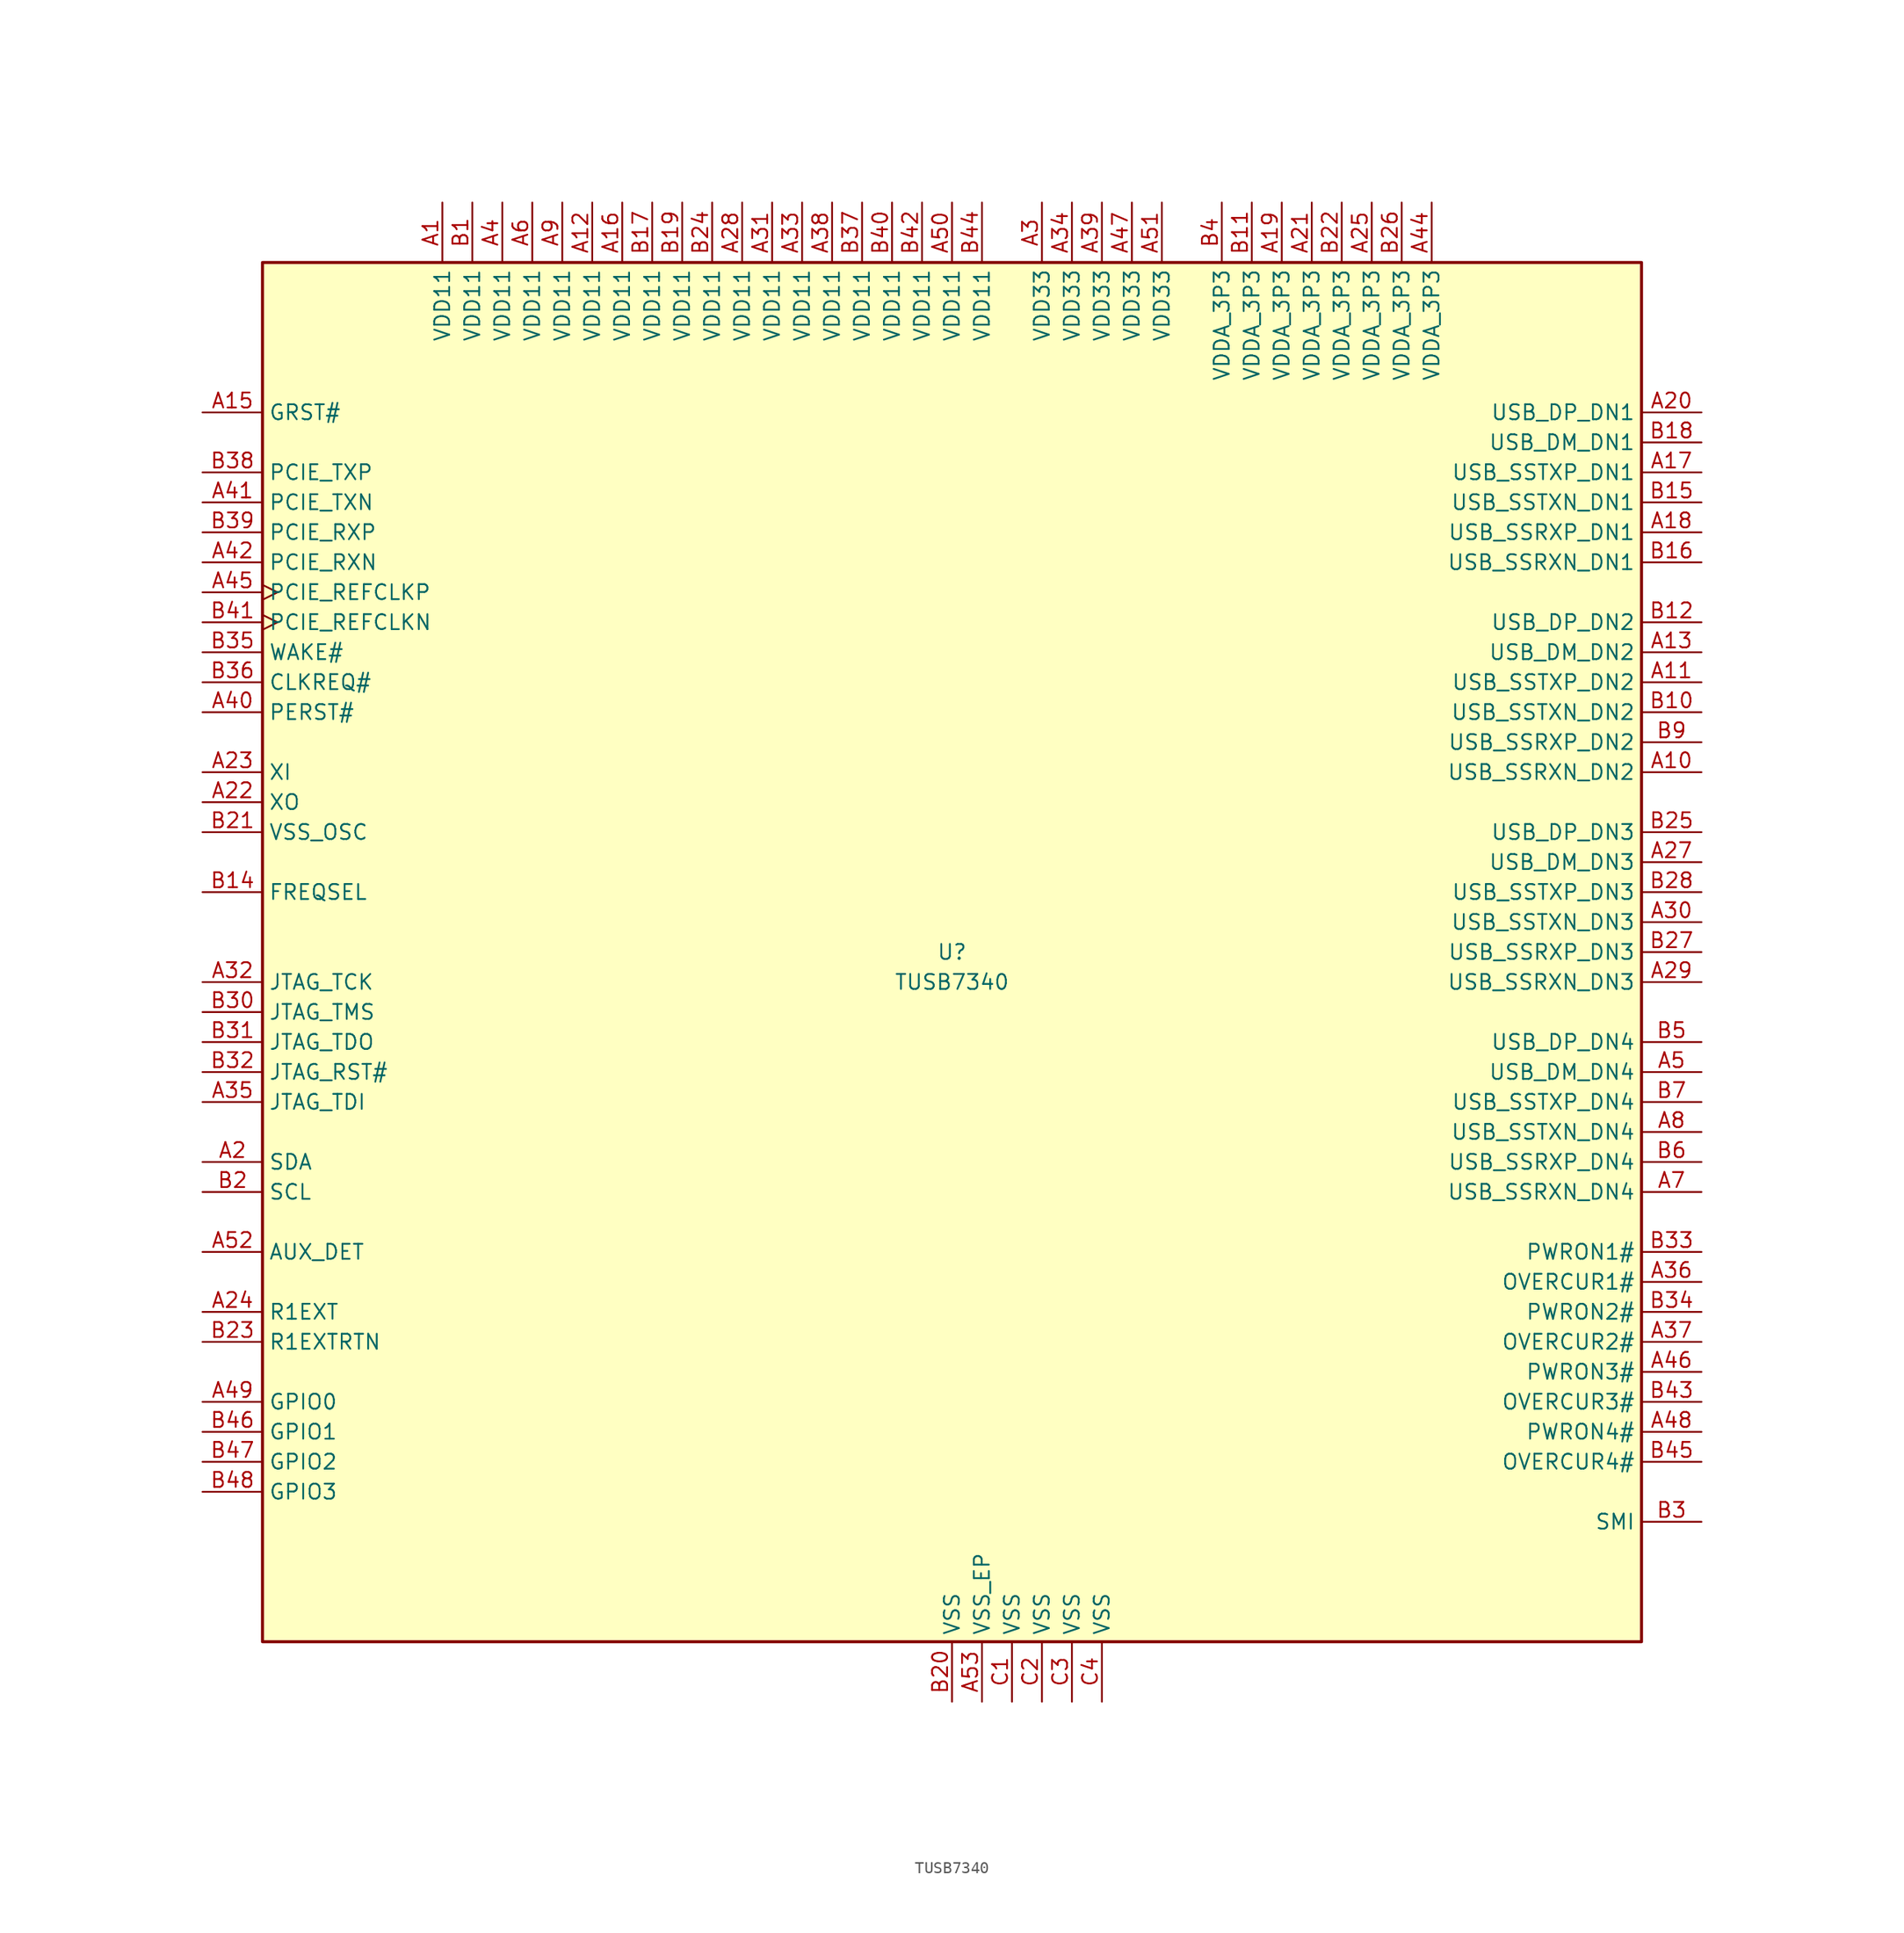
<source format=kicad_sym>
(kicad_symbol_lib
  (version 20220914)
  (generator kicad_symbol_editor)
  (symbol "TUSB7340"
    (property "Reference" "U"
      (at 0 0 0)
      (effects (font (size 1.27 1.27))))
    (property "Value" "TUSB7340"
      (at 0 -2.54 0)
      (effects (font (size 1.27 1.27))))
    (symbol "TUSB7340_0_1"
      (rectangle (start 58.42 58.42) (end -58.42 -58.42) (stroke (width 0.254) (type default)) (fill (type background))))
    (symbol "TUSB7340_1_1"
      (pin power_in line (at -43.18 63.5 270) (length 5.08) (name "VDD11" (effects (font (size 1.27 1.27)))) (number "A1" (effects (font (size 1.27 1.27)))))
      (pin input line (at 63.5 15.24 180) (length 5.08) (name "USB_SSRXN_DN2" (effects (font (size 1.27 1.27)))) (number "A10" (effects (font (size 1.27 1.27)))))
      (pin output line (at 63.5 22.86 180) (length 5.08) (name "USB_SSTXP_DN2" (effects (font (size 1.27 1.27)))) (number "A11" (effects (font (size 1.27 1.27)))))
      (pin power_in line (at -30.48 63.5 270) (length 5.08) (name "VDD11" (effects (font (size 1.27 1.27)))) (number "A12" (effects (font (size 1.27 1.27)))))
      (pin bidirectional line (at 63.5 25.4 180) (length 5.08) (name "USB_DM_DN2" (effects (font (size 1.27 1.27)))) (number "A13" (effects (font (size 1.27 1.27)))))
      (pin no_connect line (at -17.78 -58.42 90) (length 5.08) hide (name "NC" (effects (font (size 1.27 1.27)))) (number "A14" (effects (font (size 1.27 1.27)))))
      (pin input line (at -63.5 45.72 0) (length 5.08) (name "GRST#" (effects (font (size 1.27 1.27)))) (number "A15" (effects (font (size 1.27 1.27)))))
      (pin power_in line (at -27.94 63.5 270) (length 5.08) (name "VDD11" (effects (font (size 1.27 1.27)))) (number "A16" (effects (font (size 1.27 1.27)))))
      (pin output line (at 63.5 40.64 180) (length 5.08) (name "USB_SSTXP_DN1" (effects (font (size 1.27 1.27)))) (number "A17" (effects (font (size 1.27 1.27)))))
      (pin input line (at 63.5 35.56 180) (length 5.08) (name "USB_SSRXP_DN1" (effects (font (size 1.27 1.27)))) (number "A18" (effects (font (size 1.27 1.27)))))
      (pin power_in line (at 27.94 63.5 270) (length 5.08) (name "VDDA_3P3" (effects (font (size 1.27 1.27)))) (number "A19" (effects (font (size 1.27 1.27)))))
      (pin bidirectional line (at -63.5 -17.78 0) (length 5.08) (name "SDA" (effects (font (size 1.27 1.27)))) (number "A2" (effects (font (size 1.27 1.27)))))
      (pin bidirectional line (at 63.5 45.72 180) (length 5.08) (name "USB_DP_DN1" (effects (font (size 1.27 1.27)))) (number "A20" (effects (font (size 1.27 1.27)))))
      (pin power_in line (at 30.48 63.5 270) (length 5.08) (name "VDDA_3P3" (effects (font (size 1.27 1.27)))) (number "A21" (effects (font (size 1.27 1.27)))))
      (pin output line (at -63.5 12.7 0) (length 5.08) (name "XO" (effects (font (size 1.27 1.27)))) (number "A22" (effects (font (size 1.27 1.27)))))
      (pin input line (at -63.5 15.24 0) (length 5.08) (name "XI" (effects (font (size 1.27 1.27)))) (number "A23" (effects (font (size 1.27 1.27)))))
      (pin bidirectional line (at -63.5 -30.48 0) (length 5.08) (name "R1EXT" (effects (font (size 1.27 1.27)))) (number "A24" (effects (font (size 1.27 1.27)))))
      (pin power_in line (at 35.56 63.5 270) (length 5.08) (name "VDDA_3P3" (effects (font (size 1.27 1.27)))) (number "A25" (effects (font (size 1.27 1.27)))))
      (pin no_connect line (at -15.24 -58.42 90) (length 5.08) hide (name "NC" (effects (font (size 1.27 1.27)))) (number "A26" (effects (font (size 1.27 1.27)))))
      (pin bidirectional line (at 63.5 7.62 180) (length 5.08) (name "USB_DM_DN3" (effects (font (size 1.27 1.27)))) (number "A27" (effects (font (size 1.27 1.27)))))
      (pin power_in line (at -17.78 63.5 270) (length 5.08) (name "VDD11" (effects (font (size 1.27 1.27)))) (number "A28" (effects (font (size 1.27 1.27)))))
      (pin input line (at 63.5 -2.54 180) (length 5.08) (name "USB_SSRXN_DN3" (effects (font (size 1.27 1.27)))) (number "A29" (effects (font (size 1.27 1.27)))))
      (pin power_in line (at 7.62 63.5 270) (length 5.08) (name "VDD33" (effects (font (size 1.27 1.27)))) (number "A3" (effects (font (size 1.27 1.27)))))
      (pin output line (at 63.5 2.54 180) (length 5.08) (name "USB_SSTXN_DN3" (effects (font (size 1.27 1.27)))) (number "A30" (effects (font (size 1.27 1.27)))))
      (pin power_in line (at -15.24 63.5 270) (length 5.08) (name "VDD11" (effects (font (size 1.27 1.27)))) (number "A31" (effects (font (size 1.27 1.27)))))
      (pin input line (at -63.5 -2.54 0) (length 5.08) (name "JTAG_TCK" (effects (font (size 1.27 1.27)))) (number "A32" (effects (font (size 1.27 1.27)))))
      (pin power_in line (at -12.7 63.5 270) (length 5.08) (name "VDD11" (effects (font (size 1.27 1.27)))) (number "A33" (effects (font (size 1.27 1.27)))))
      (pin power_in line (at 10.16 63.5 270) (length 5.08) (name "VDD33" (effects (font (size 1.27 1.27)))) (number "A34" (effects (font (size 1.27 1.27)))))
      (pin input line (at -63.5 -12.7 0) (length 5.08) (name "JTAG_TDI" (effects (font (size 1.27 1.27)))) (number "A35" (effects (font (size 1.27 1.27)))))
      (pin input line (at 63.5 -27.94 180) (length 5.08) (name "OVERCUR1#" (effects (font (size 1.27 1.27)))) (number "A36" (effects (font (size 1.27 1.27)))))
      (pin input line (at 63.5 -33.02 180) (length 5.08) (name "OVERCUR2#" (effects (font (size 1.27 1.27)))) (number "A37" (effects (font (size 1.27 1.27)))))
      (pin power_in line (at -10.16 63.5 270) (length 5.08) (name "VDD11" (effects (font (size 1.27 1.27)))) (number "A38" (effects (font (size 1.27 1.27)))))
      (pin power_in line (at 12.7 63.5 270) (length 5.08) (name "VDD33" (effects (font (size 1.27 1.27)))) (number "A39" (effects (font (size 1.27 1.27)))))
      (pin power_in line (at -38.1 63.5 270) (length 5.08) (name "VDD11" (effects (font (size 1.27 1.27)))) (number "A4" (effects (font (size 1.27 1.27)))))
      (pin input line (at -63.5 20.32 0) (length 5.08) (name "PERST#" (effects (font (size 1.27 1.27)))) (number "A40" (effects (font (size 1.27 1.27)))))
      (pin output line (at -63.5 38.1 0) (length 5.08) (name "PCIE_TXN" (effects (font (size 1.27 1.27)))) (number "A41" (effects (font (size 1.27 1.27)))))
      (pin input line (at -63.5 33.02 0) (length 5.08) (name "PCIE_RXN" (effects (font (size 1.27 1.27)))) (number "A42" (effects (font (size 1.27 1.27)))))
      (pin no_connect line (at -10.16 -58.42 90) (length 5.08) hide (name "NC" (effects (font (size 1.27 1.27)))) (number "A43" (effects (font (size 1.27 1.27)))))
      (pin power_in line (at 40.64 63.5 270) (length 5.08) (name "VDDA_3P3" (effects (font (size 1.27 1.27)))) (number "A44" (effects (font (size 1.27 1.27)))))
      (pin input clock (at -63.5 30.48 0) (length 5.08) (name "PCIE_REFCLKP" (effects (font (size 1.27 1.27)))) (number "A45" (effects (font (size 1.27 1.27)))))
      (pin output line (at 63.5 -35.56 180) (length 5.08) (name "PWRON3#" (effects (font (size 1.27 1.27)))) (number "A46" (effects (font (size 1.27 1.27)))))
      (pin power_in line (at 15.24 63.5 270) (length 5.08) (name "VDD33" (effects (font (size 1.27 1.27)))) (number "A47" (effects (font (size 1.27 1.27)))))
      (pin output line (at 63.5 -40.64 180) (length 5.08) (name "PWRON4#" (effects (font (size 1.27 1.27)))) (number "A48" (effects (font (size 1.27 1.27)))))
      (pin bidirectional line (at -63.5 -38.1 0) (length 5.08) (name "GPIO0" (effects (font (size 1.27 1.27)))) (number "A49" (effects (font (size 1.27 1.27)))))
      (pin bidirectional line (at 63.5 -10.16 180) (length 5.08) (name "USB_DM_DN4" (effects (font (size 1.27 1.27)))) (number "A5" (effects (font (size 1.27 1.27)))))
      (pin power_in line (at 0 63.5 270) (length 5.08) (name "VDD11" (effects (font (size 1.27 1.27)))) (number "A50" (effects (font (size 1.27 1.27)))))
      (pin power_in line (at 17.78 63.5 270) (length 5.08) (name "VDD33" (effects (font (size 1.27 1.27)))) (number "A51" (effects (font (size 1.27 1.27)))))
      (pin input line (at -63.5 -25.4 0) (length 5.08) (name "AUX_DET" (effects (font (size 1.27 1.27)))) (number "A52" (effects (font (size 1.27 1.27)))))
      (pin power_in line (at 2.54 -63.5 90) (length 5.08) (name "VSS_EP" (effects (font (size 1.27 1.27)))) (number "A53" (effects (font (size 1.27 1.27)))))
      (pin power_in line (at -35.56 63.5 270) (length 5.08) (name "VDD11" (effects (font (size 1.27 1.27)))) (number "A6" (effects (font (size 1.27 1.27)))))
      (pin input line (at 63.5 -20.32 180) (length 5.08) (name "USB_SSRXN_DN4" (effects (font (size 1.27 1.27)))) (number "A7" (effects (font (size 1.27 1.27)))))
      (pin input line (at 63.5 -15.24 180) (length 5.08) (name "USB_SSTXN_DN4" (effects (font (size 1.27 1.27)))) (number "A8" (effects (font (size 1.27 1.27)))))
      (pin power_in line (at -33.02 63.5 270) (length 5.08) (name "VDD11" (effects (font (size 1.27 1.27)))) (number "A9" (effects (font (size 1.27 1.27)))))
      (pin power_in line (at -40.64 63.5 270) (length 5.08) (name "VDD11" (effects (font (size 1.27 1.27)))) (number "B1" (effects (font (size 1.27 1.27)))))
      (pin output line (at 63.5 20.32 180) (length 5.08) (name "USB_SSTXN_DN2" (effects (font (size 1.27 1.27)))) (number "B10" (effects (font (size 1.27 1.27)))))
      (pin power_in line (at 25.4 63.5 270) (length 5.08) (name "VDDA_3P3" (effects (font (size 1.27 1.27)))) (number "B11" (effects (font (size 1.27 1.27)))))
      (pin bidirectional line (at 63.5 27.94 180) (length 5.08) (name "USB_DP_DN2" (effects (font (size 1.27 1.27)))) (number "B12" (effects (font (size 1.27 1.27)))))
      (pin no_connect line (at -20.32 -58.42 90) (length 5.08) hide (name "NC" (effects (font (size 1.27 1.27)))) (number "B13" (effects (font (size 1.27 1.27)))))
      (pin input line (at -63.5 5.08 0) (length 5.08) (name "FREQSEL" (effects (font (size 1.27 1.27)))) (number "B14" (effects (font (size 1.27 1.27)))))
      (pin output line (at 63.5 38.1 180) (length 5.08) (name "USB_SSTXN_DN1" (effects (font (size 1.27 1.27)))) (number "B15" (effects (font (size 1.27 1.27)))))
      (pin input line (at 63.5 33.02 180) (length 5.08) (name "USB_SSRXN_DN1" (effects (font (size 1.27 1.27)))) (number "B16" (effects (font (size 1.27 1.27)))))
      (pin power_in line (at -25.4 63.5 270) (length 5.08) (name "VDD11" (effects (font (size 1.27 1.27)))) (number "B17" (effects (font (size 1.27 1.27)))))
      (pin bidirectional line (at 63.5 43.18 180) (length 5.08) (name "USB_DM_DN1" (effects (font (size 1.27 1.27)))) (number "B18" (effects (font (size 1.27 1.27)))))
      (pin power_in line (at -22.86 63.5 270) (length 5.08) (name "VDD11" (effects (font (size 1.27 1.27)))) (number "B19" (effects (font (size 1.27 1.27)))))
      (pin bidirectional line (at -63.5 -20.32 0) (length 5.08) (name "SCL" (effects (font (size 1.27 1.27)))) (number "B2" (effects (font (size 1.27 1.27)))))
      (pin power_in line (at 0 -63.5 90) (length 5.08) (name "VSS" (effects (font (size 1.27 1.27)))) (number "B20" (effects (font (size 1.27 1.27)))))
      (pin input line (at -63.5 10.16 0) (length 5.08) (name "VSS_OSC" (effects (font (size 1.27 1.27)))) (number "B21" (effects (font (size 1.27 1.27)))))
      (pin power_in line (at 33.02 63.5 270) (length 5.08) (name "VDDA_3P3" (effects (font (size 1.27 1.27)))) (number "B22" (effects (font (size 1.27 1.27)))))
      (pin bidirectional line (at -63.5 -33.02 0) (length 5.08) (name "R1EXTRTN" (effects (font (size 1.27 1.27)))) (number "B23" (effects (font (size 1.27 1.27)))))
      (pin power_in line (at -20.32 63.5 270) (length 5.08) (name "VDD11" (effects (font (size 1.27 1.27)))) (number "B24" (effects (font (size 1.27 1.27)))))
      (pin bidirectional line (at 63.5 10.16 180) (length 5.08) (name "USB_DP_DN3" (effects (font (size 1.27 1.27)))) (number "B25" (effects (font (size 1.27 1.27)))))
      (pin power_in line (at 38.1 63.5 270) (length 5.08) (name "VDDA_3P3" (effects (font (size 1.27 1.27)))) (number "B26" (effects (font (size 1.27 1.27)))))
      (pin input line (at 63.5 0 180) (length 5.08) (name "USB_SSRXP_DN3" (effects (font (size 1.27 1.27)))) (number "B27" (effects (font (size 1.27 1.27)))))
      (pin output line (at 63.5 5.08 180) (length 5.08) (name "USB_SSTXP_DN3" (effects (font (size 1.27 1.27)))) (number "B28" (effects (font (size 1.27 1.27)))))
      (pin no_connect line (at -12.7 -58.42 90) (length 5.08) hide (name "NC" (effects (font (size 1.27 1.27)))) (number "B29" (effects (font (size 1.27 1.27)))))
      (pin output line (at 63.5 -48.26 180) (length 5.08) (name "SMI" (effects (font (size 1.27 1.27)))) (number "B3" (effects (font (size 1.27 1.27)))))
      (pin input line (at -63.5 -5.08 0) (length 5.08) (name "JTAG_TMS" (effects (font (size 1.27 1.27)))) (number "B30" (effects (font (size 1.27 1.27)))))
      (pin output line (at -63.5 -7.62 0) (length 5.08) (name "JTAG_TDO" (effects (font (size 1.27 1.27)))) (number "B31" (effects (font (size 1.27 1.27)))))
      (pin input line (at -63.5 -10.16 0) (length 5.08) (name "JTAG_RST#" (effects (font (size 1.27 1.27)))) (number "B32" (effects (font (size 1.27 1.27)))))
      (pin output line (at 63.5 -25.4 180) (length 5.08) (name "PWRON1#" (effects (font (size 1.27 1.27)))) (number "B33" (effects (font (size 1.27 1.27)))))
      (pin output line (at 63.5 -30.48 180) (length 5.08) (name "PWRON2#" (effects (font (size 1.27 1.27)))) (number "B34" (effects (font (size 1.27 1.27)))))
      (pin output line (at -63.5 25.4 0) (length 5.08) (name "WAKE#" (effects (font (size 1.27 1.27)))) (number "B35" (effects (font (size 1.27 1.27)))))
      (pin input line (at -63.5 22.86 0) (length 5.08) (name "CLKREQ#" (effects (font (size 1.27 1.27)))) (number "B36" (effects (font (size 1.27 1.27)))))
      (pin power_in line (at -7.62 63.5 270) (length 5.08) (name "VDD11" (effects (font (size 1.27 1.27)))) (number "B37" (effects (font (size 1.27 1.27)))))
      (pin output line (at -63.5 40.64 0) (length 5.08) (name "PCIE_TXP" (effects (font (size 1.27 1.27)))) (number "B38" (effects (font (size 1.27 1.27)))))
      (pin input line (at -63.5 35.56 0) (length 5.08) (name "PCIE_RXP" (effects (font (size 1.27 1.27)))) (number "B39" (effects (font (size 1.27 1.27)))))
      (pin power_in line (at 22.86 63.5 270) (length 5.08) (name "VDDA_3P3" (effects (font (size 1.27 1.27)))) (number "B4" (effects (font (size 1.27 1.27)))))
      (pin power_in line (at -5.08 63.5 270) (length 5.08) (name "VDD11" (effects (font (size 1.27 1.27)))) (number "B40" (effects (font (size 1.27 1.27)))))
      (pin input clock (at -63.5 27.94 0) (length 5.08) (name "PCIE_REFCLKN" (effects (font (size 1.27 1.27)))) (number "B41" (effects (font (size 1.27 1.27)))))
      (pin power_in line (at -2.54 63.5 270) (length 5.08) (name "VDD11" (effects (font (size 1.27 1.27)))) (number "B42" (effects (font (size 1.27 1.27)))))
      (pin input line (at 63.5 -38.1 180) (length 5.08) (name "OVERCUR3#" (effects (font (size 1.27 1.27)))) (number "B43" (effects (font (size 1.27 1.27)))))
      (pin power_in line (at 2.54 63.5 270) (length 5.08) (name "VDD11" (effects (font (size 1.27 1.27)))) (number "B44" (effects (font (size 1.27 1.27)))))
      (pin input line (at 63.5 -43.18 180) (length 5.08) (name "OVERCUR4#" (effects (font (size 1.27 1.27)))) (number "B45" (effects (font (size 1.27 1.27)))))
      (pin bidirectional line (at -63.5 -40.64 0) (length 5.08) (name "GPIO1" (effects (font (size 1.27 1.27)))) (number "B46" (effects (font (size 1.27 1.27)))))
      (pin bidirectional line (at -63.5 -43.18 0) (length 5.08) (name "GPIO2" (effects (font (size 1.27 1.27)))) (number "B47" (effects (font (size 1.27 1.27)))))
      (pin bidirectional line (at -63.5 -45.72 0) (length 5.08) (name "GPIO3" (effects (font (size 1.27 1.27)))) (number "B48" (effects (font (size 1.27 1.27)))))
      (pin bidirectional line (at 63.5 -7.62 180) (length 5.08) (name "USB_DP_DN4" (effects (font (size 1.27 1.27)))) (number "B5" (effects (font (size 1.27 1.27)))))
      (pin input line (at 63.5 -17.78 180) (length 5.08) (name "USB_SSRXP_DN4" (effects (font (size 1.27 1.27)))) (number "B6" (effects (font (size 1.27 1.27)))))
      (pin input line (at 63.5 -12.7 180) (length 5.08) (name "USB_SSTXP_DN4" (effects (font (size 1.27 1.27)))) (number "B7" (effects (font (size 1.27 1.27)))))
      (pin no_connect line (at -22.86 -58.42 90) (length 5.08) hide (name "NC" (effects (font (size 1.27 1.27)))) (number "B8" (effects (font (size 1.27 1.27)))))
      (pin input line (at 63.5 17.78 180) (length 5.08) (name "USB_SSRXP_DN2" (effects (font (size 1.27 1.27)))) (number "B9" (effects (font (size 1.27 1.27)))))
      (pin power_in line (at 5.08 -63.5 90) (length 5.08) (name "VSS" (effects (font (size 1.27 1.27)))) (number "C1" (effects (font (size 1.27 1.27)))))
      (pin power_in line (at 7.62 -63.5 90) (length 5.08) (name "VSS" (effects (font (size 1.27 1.27)))) (number "C2" (effects (font (size 1.27 1.27)))))
      (pin power_in line (at 10.16 -63.5 90) (length 5.08) (name "VSS" (effects (font (size 1.27 1.27)))) (number "C3" (effects (font (size 1.27 1.27)))))
      (pin power_in line (at 12.7 -63.5 90) (length 5.08) (name "VSS" (effects (font (size 1.27 1.27)))) (number "C4" (effects (font (size 1.27 1.27))))))))
</source>
